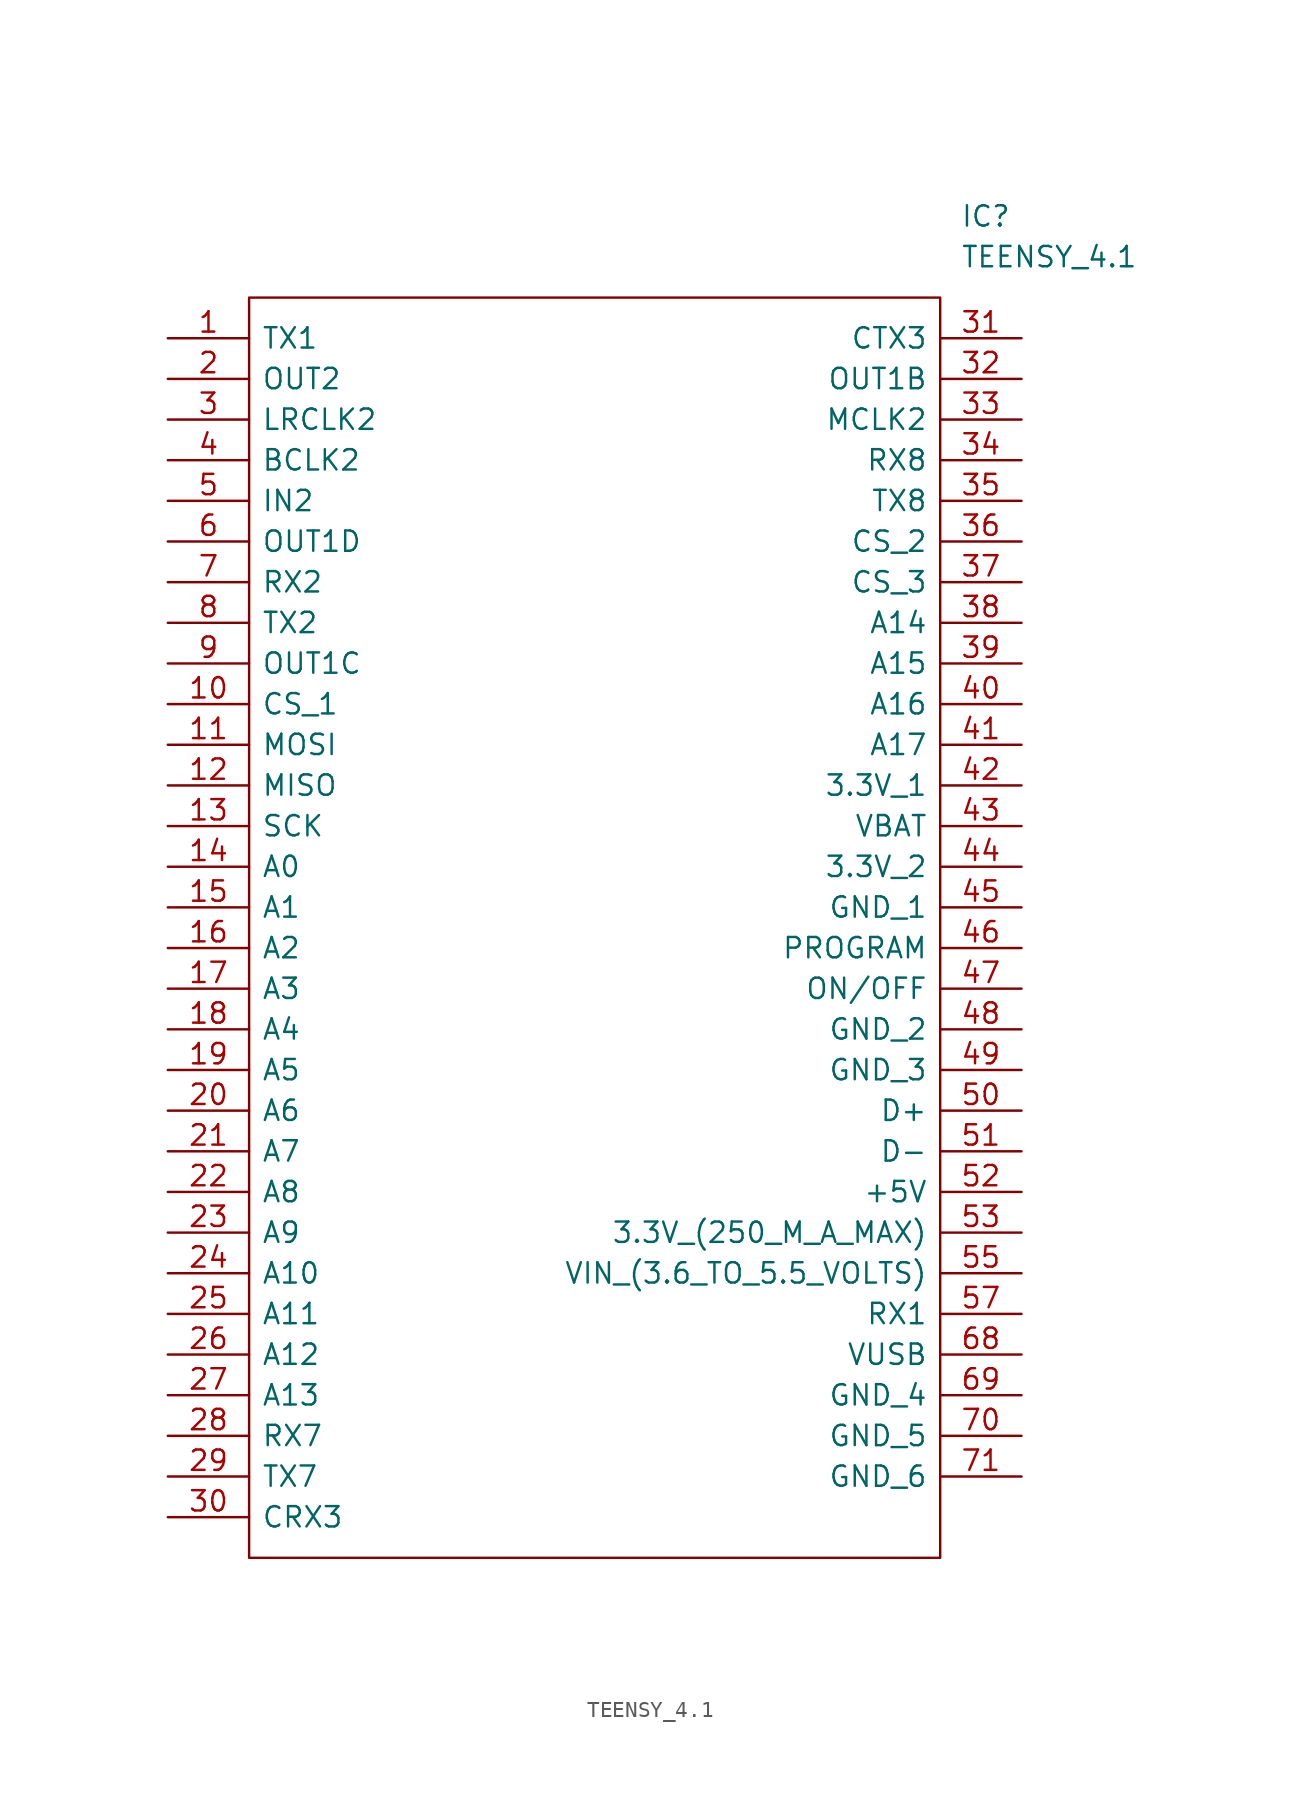
<source format=kicad_sym>
(kicad_symbol_lib
  (version 20231120)
  (generator "kicad_symbol_editor")
  (generator_version "8.0")
  (symbol "TEENSY_4.1"
    (pin_names
      (offset 0.762))
    (property "Reference" "IC"
      (at 49.53 7.62 0)
      (effects (font (size 1.27 1.27)) (justify left)))
    (property "Value" "TEENSY_4.1"
      (at 49.53 5.08 0)
      (effects (font (size 1.27 1.27)) (justify left)))
    (symbol "TEENSY_4.1_0_0"
      (pin passive line (at 0 0 0) (length 5.08) (name "TX1" (effects (font (size 1.27 1.27)))) (number "1" (effects (font (size 1.27 1.27)))))
      (pin passive line (at 0 -22.86 0) (length 5.08) (name "CS_1" (effects (font (size 1.27 1.27)))) (number "10" (effects (font (size 1.27 1.27)))))
      (pin passive line (at 0 -25.4 0) (length 5.08) (name "MOSI" (effects (font (size 1.27 1.27)))) (number "11" (effects (font (size 1.27 1.27)))))
      (pin passive line (at 0 -27.94 0) (length 5.08) (name "MISO" (effects (font (size 1.27 1.27)))) (number "12" (effects (font (size 1.27 1.27)))))
      (pin passive line (at 0 -30.48 0) (length 5.08) (name "SCK" (effects (font (size 1.27 1.27)))) (number "13" (effects (font (size 1.27 1.27)))))
      (pin passive line (at 0 -33.02 0) (length 5.08) (name "A0" (effects (font (size 1.27 1.27)))) (number "14" (effects (font (size 1.27 1.27)))))
      (pin passive line (at 0 -35.56 0) (length 5.08) (name "A1" (effects (font (size 1.27 1.27)))) (number "15" (effects (font (size 1.27 1.27)))))
      (pin passive line (at 0 -38.1 0) (length 5.08) (name "A2" (effects (font (size 1.27 1.27)))) (number "16" (effects (font (size 1.27 1.27)))))
      (pin passive line (at 0 -40.64 0) (length 5.08) (name "A3" (effects (font (size 1.27 1.27)))) (number "17" (effects (font (size 1.27 1.27)))))
      (pin passive line (at 0 -43.18 0) (length 5.08) (name "A4" (effects (font (size 1.27 1.27)))) (number "18" (effects (font (size 1.27 1.27)))))
      (pin passive line (at 0 -45.72 0) (length 5.08) (name "A5" (effects (font (size 1.27 1.27)))) (number "19" (effects (font (size 1.27 1.27)))))
      (pin passive line (at 0 -2.54 0) (length 5.08) (name "OUT2" (effects (font (size 1.27 1.27)))) (number "2" (effects (font (size 1.27 1.27)))))
      (pin passive line (at 0 -48.26 0) (length 5.08) (name "A6" (effects (font (size 1.27 1.27)))) (number "20" (effects (font (size 1.27 1.27)))))
      (pin passive line (at 0 -50.8 0) (length 5.08) (name "A7" (effects (font (size 1.27 1.27)))) (number "21" (effects (font (size 1.27 1.27)))))
      (pin passive line (at 0 -53.34 0) (length 5.08) (name "A8" (effects (font (size 1.27 1.27)))) (number "22" (effects (font (size 1.27 1.27)))))
      (pin passive line (at 0 -55.88 0) (length 5.08) (name "A9" (effects (font (size 1.27 1.27)))) (number "23" (effects (font (size 1.27 1.27)))))
      (pin passive line (at 0 -58.42 0) (length 5.08) (name "A10" (effects (font (size 1.27 1.27)))) (number "24" (effects (font (size 1.27 1.27)))))
      (pin passive line (at 0 -60.96 0) (length 5.08) (name "A11" (effects (font (size 1.27 1.27)))) (number "25" (effects (font (size 1.27 1.27)))))
      (pin passive line (at 0 -63.5 0) (length 5.08) (name "A12" (effects (font (size 1.27 1.27)))) (number "26" (effects (font (size 1.27 1.27)))))
      (pin passive line (at 0 -66.04 0) (length 5.08) (name "A13" (effects (font (size 1.27 1.27)))) (number "27" (effects (font (size 1.27 1.27)))))
      (pin passive line (at 0 -68.58 0) (length 5.08) (name "RX7" (effects (font (size 1.27 1.27)))) (number "28" (effects (font (size 1.27 1.27)))))
      (pin passive line (at 0 -71.12 0) (length 5.08) (name "TX7" (effects (font (size 1.27 1.27)))) (number "29" (effects (font (size 1.27 1.27)))))
      (pin passive line (at 0 -5.08 0) (length 5.08) (name "LRCLK2" (effects (font (size 1.27 1.27)))) (number "3" (effects (font (size 1.27 1.27)))))
      (pin passive line (at 0 -73.66 0) (length 5.08) (name "CRX3" (effects (font (size 1.27 1.27)))) (number "30" (effects (font (size 1.27 1.27)))))
      (pin passive line (at 53.34 0 180) (length 5.08) (name "CTX3" (effects (font (size 1.27 1.27)))) (number "31" (effects (font (size 1.27 1.27)))))
      (pin passive line (at 53.34 -2.54 180) (length 5.08) (name "OUT1B" (effects (font (size 1.27 1.27)))) (number "32" (effects (font (size 1.27 1.27)))))
      (pin passive line (at 53.34 -5.08 180) (length 5.08) (name "MCLK2" (effects (font (size 1.27 1.27)))) (number "33" (effects (font (size 1.27 1.27)))))
      (pin passive line (at 53.34 -7.62 180) (length 5.08) (name "RX8" (effects (font (size 1.27 1.27)))) (number "34" (effects (font (size 1.27 1.27)))))
      (pin passive line (at 53.34 -10.16 180) (length 5.08) (name "TX8" (effects (font (size 1.27 1.27)))) (number "35" (effects (font (size 1.27 1.27)))))
      (pin passive line (at 53.34 -12.7 180) (length 5.08) (name "CS_2" (effects (font (size 1.27 1.27)))) (number "36" (effects (font (size 1.27 1.27)))))
      (pin passive line (at 53.34 -15.24 180) (length 5.08) (name "CS_3" (effects (font (size 1.27 1.27)))) (number "37" (effects (font (size 1.27 1.27)))))
      (pin passive line (at 53.34 -17.78 180) (length 5.08) (name "A14" (effects (font (size 1.27 1.27)))) (number "38" (effects (font (size 1.27 1.27)))))
      (pin passive line (at 53.34 -20.32 180) (length 5.08) (name "A15" (effects (font (size 1.27 1.27)))) (number "39" (effects (font (size 1.27 1.27)))))
      (pin passive line (at 0 -7.62 0) (length 5.08) (name "BCLK2" (effects (font (size 1.27 1.27)))) (number "4" (effects (font (size 1.27 1.27)))))
      (pin passive line (at 53.34 -22.86 180) (length 5.08) (name "A16" (effects (font (size 1.27 1.27)))) (number "40" (effects (font (size 1.27 1.27)))))
      (pin passive line (at 53.34 -25.4 180) (length 5.08) (name "A17" (effects (font (size 1.27 1.27)))) (number "41" (effects (font (size 1.27 1.27)))))
      (pin passive line (at 53.34 -27.94 180) (length 5.08) (name "3.3V_1" (effects (font (size 1.27 1.27)))) (number "42" (effects (font (size 1.27 1.27)))))
      (pin passive line (at 53.34 -30.48 180) (length 5.08) (name "VBAT" (effects (font (size 1.27 1.27)))) (number "43" (effects (font (size 1.27 1.27)))))
      (pin passive line (at 53.34 -33.02 180) (length 5.08) (name "3.3V_2" (effects (font (size 1.27 1.27)))) (number "44" (effects (font (size 1.27 1.27)))))
      (pin passive line (at 53.34 -35.56 180) (length 5.08) (name "GND_1" (effects (font (size 1.27 1.27)))) (number "45" (effects (font (size 1.27 1.27)))))
      (pin passive line (at 53.34 -38.1 180) (length 5.08) (name "PROGRAM" (effects (font (size 1.27 1.27)))) (number "46" (effects (font (size 1.27 1.27)))))
      (pin passive line (at 53.34 -40.64 180) (length 5.08) (name "ON/OFF" (effects (font (size 1.27 1.27)))) (number "47" (effects (font (size 1.27 1.27)))))
      (pin passive line (at 53.34 -43.18 180) (length 5.08) (name "GND_2" (effects (font (size 1.27 1.27)))) (number "48" (effects (font (size 1.27 1.27)))))
      (pin passive line (at 53.34 -45.72 180) (length 5.08) (name "GND_3" (effects (font (size 1.27 1.27)))) (number "49" (effects (font (size 1.27 1.27)))))
      (pin passive line (at 0 -10.16 0) (length 5.08) (name "IN2" (effects (font (size 1.27 1.27)))) (number "5" (effects (font (size 1.27 1.27)))))
      (pin passive line (at 53.34 -48.26 180) (length 5.08) (name "D+" (effects (font (size 1.27 1.27)))) (number "50" (effects (font (size 1.27 1.27)))))
      (pin passive line (at 53.34 -50.8 180) (length 5.08) (name "D-" (effects (font (size 1.27 1.27)))) (number "51" (effects (font (size 1.27 1.27)))))
      (pin passive line (at 53.34 -53.34 180) (length 5.08) (name "+5V" (effects (font (size 1.27 1.27)))) (number "52" (effects (font (size 1.27 1.27)))))
      (pin passive line (at 53.34 -55.88 180) (length 5.08) (name "3.3V_(250_M_A_MAX)" (effects (font (size 1.27 1.27)))) (number "53" (effects (font (size 1.27 1.27)))))
      (pin passive line (at 53.34 -58.42 180) (length 5.08) (name "VIN_(3.6_TO_5.5_VOLTS)" (effects (font (size 1.27 1.27)))) (number "55" (effects (font (size 1.27 1.27)))))
      (pin passive line (at 53.34 -60.96 180) (length 5.08) (name "RX1" (effects (font (size 1.27 1.27)))) (number "57" (effects (font (size 1.27 1.27)))))
      (pin passive line (at 0 -12.7 0) (length 5.08) (name "OUT1D" (effects (font (size 1.27 1.27)))) (number "6" (effects (font (size 1.27 1.27)))))
      (pin passive line (at 53.34 -63.5 180) (length 5.08) (name "VUSB" (effects (font (size 1.27 1.27)))) (number "68" (effects (font (size 1.27 1.27)))))
      (pin passive line (at 53.34 -66.04 180) (length 5.08) (name "GND_4" (effects (font (size 1.27 1.27)))) (number "69" (effects (font (size 1.27 1.27)))))
      (pin passive line (at 0 -15.24 0) (length 5.08) (name "RX2" (effects (font (size 1.27 1.27)))) (number "7" (effects (font (size 1.27 1.27)))))
      (pin passive line (at 53.34 -68.58 180) (length 5.08) (name "GND_5" (effects (font (size 1.27 1.27)))) (number "70" (effects (font (size 1.27 1.27)))))
      (pin passive line (at 53.34 -71.12 180) (length 5.08) (name "GND_6" (effects (font (size 1.27 1.27)))) (number "71" (effects (font (size 1.27 1.27)))))
      (pin passive line (at 0 -17.78 0) (length 5.08) (name "TX2" (effects (font (size 1.27 1.27)))) (number "8" (effects (font (size 1.27 1.27)))))
      (pin passive line (at 0 -20.32 0) (length 5.08) (name "OUT1C" (effects (font (size 1.27 1.27)))) (number "9" (effects (font (size 1.27 1.27))))))
    (symbol "TEENSY_4.1_0_1"
      (polyline (pts (xy 5.08 2.54) (xy 48.26 2.54) (xy 48.26 -76.2) (xy 5.08 -76.2) (xy 5.08 2.54)) (stroke (width 0.152) (type solid)) (fill (type none))))))
</source>
